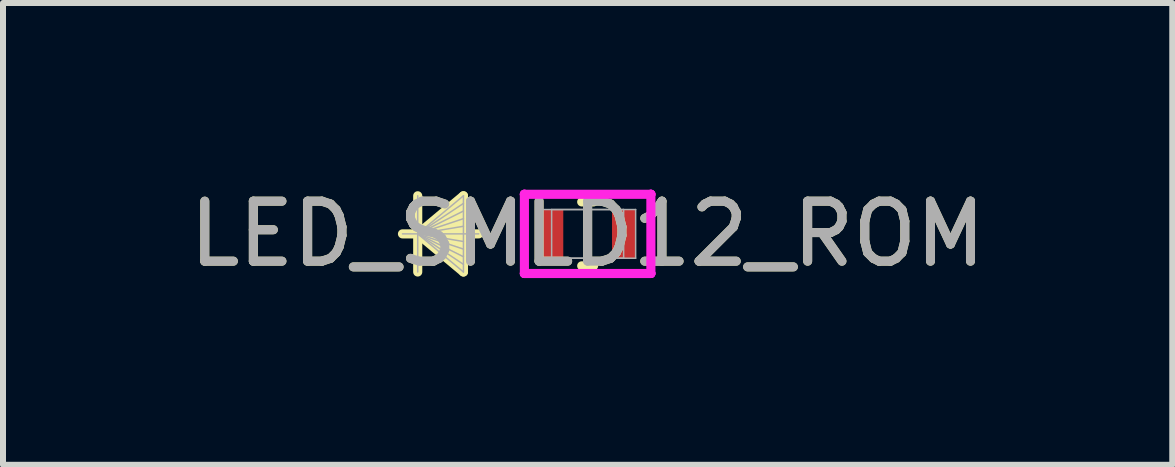
<source format=kicad_pcb>
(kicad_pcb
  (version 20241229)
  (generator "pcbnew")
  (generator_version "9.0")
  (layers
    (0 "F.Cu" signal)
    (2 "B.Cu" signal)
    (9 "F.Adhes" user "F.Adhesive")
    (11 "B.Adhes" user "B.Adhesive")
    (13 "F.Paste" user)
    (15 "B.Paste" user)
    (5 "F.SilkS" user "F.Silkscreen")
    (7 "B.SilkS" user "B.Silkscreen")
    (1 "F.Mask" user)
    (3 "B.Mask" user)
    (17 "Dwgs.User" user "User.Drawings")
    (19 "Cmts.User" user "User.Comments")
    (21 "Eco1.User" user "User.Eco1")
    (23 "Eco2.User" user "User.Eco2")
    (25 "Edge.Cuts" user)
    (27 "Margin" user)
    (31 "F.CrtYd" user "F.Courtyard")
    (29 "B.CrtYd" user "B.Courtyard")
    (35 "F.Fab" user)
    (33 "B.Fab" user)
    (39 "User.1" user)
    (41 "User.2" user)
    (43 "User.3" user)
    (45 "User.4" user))
  (footprint "LED_SMLD12_ROM"
    (layer "F.Cu")
    (at 6.744 0.848)
    (property "Reference" "LED_SMLD12_ROM" (at 0 0 0) (unlocked yes) (layer "F.SilkS") (effects (font (size 1 1) (thickness 0.15))))
    (attr smd)
    (fp_line (start -2.832 -0.635) (end -2.832 0.635) (stroke (width 0.152) (type solid)) (layer "F.SilkS"))
    (fp_line (start -2.832 0) (end -2.07 -0.635) (stroke (width 0.152) (type solid)) (layer "F.SilkS"))
    (fp_line (start -2.832 0) (end -2.07 -0.508) (stroke (width 0.152) (type solid)) (layer "F.SilkS"))
    (fp_line (start -2.832 0) (end -2.07 -0.381) (stroke (width 0.152) (type solid)) (layer "F.SilkS"))
    (fp_line (start -2.832 0) (end -2.07 -0.254) (stroke (width 0.152) (type solid)) (layer "F.SilkS"))
    (fp_line (start -2.832 0) (end -2.07 -0.127) (stroke (width 0.152) (type solid)) (layer "F.SilkS"))
    (fp_line (start -2.832 0) (end -2.07 0.127) (stroke (width 0.152) (type solid)) (layer "F.SilkS"))
    (fp_line (start -2.832 0) (end -2.07 0.254) (stroke (width 0.152) (type solid)) (layer "F.SilkS"))
    (fp_line (start -2.832 0) (end -2.07 0.381) (stroke (width 0.152) (type solid)) (layer "F.SilkS"))
    (fp_line (start -2.832 0) (end -2.07 0.508) (stroke (width 0.152) (type solid)) (layer "F.SilkS"))
    (fp_line (start -2.832 0) (end -2.07 0.635) (stroke (width 0.152) (type solid)) (layer "F.SilkS"))
    (fp_line (start -2.07 -0.635) (end -2.07 0.635) (stroke (width 0.152) (type solid)) (layer "F.SilkS"))
    (fp_line (start -1.816 0) (end -3.086 0) (stroke (width 0.152) (type solid)) (layer "F.SilkS"))
    (fp_line (start -0.099 0.533) (end 0.099 0.533) (stroke (width 0.152) (type solid)) (layer "F.SilkS"))
    (fp_line (start 0.099 -0.533) (end -0.099 -0.533) (stroke (width 0.152) (type solid)) (layer "F.SilkS"))
    (fp_line (start -1.054 -0.66) (end -1.054 -0.66) (stroke (width 0.152) (type solid)) (layer "F.CrtYd"))
    (fp_line (start -1.054 -0.66) (end -1.054 -0.66) (stroke (width 0.152) (type solid)) (layer "F.CrtYd"))
    (fp_line (start -1.054 -0.66) (end 1.054 -0.66) (stroke (width 0.152) (type solid)) (layer "F.CrtYd"))
    (fp_line (start -1.054 0.66) (end -1.054 -0.66) (stroke (width 0.152) (type solid)) (layer "F.CrtYd"))
    (fp_line (start -1.054 0.66) (end -1.054 0.66) (stroke (width 0.152) (type solid)) (layer "F.CrtYd"))
    (fp_line (start -1.054 0.66) (end -1.054 0.66) (stroke (width 0.152) (type solid)) (layer "F.CrtYd"))
    (fp_line (start 1.054 -0.66) (end 1.054 -0.66) (stroke (width 0.152) (type solid)) (layer "F.CrtYd"))
    (fp_line (start 1.054 -0.66) (end 1.054 -0.66) (stroke (width 0.152) (type solid)) (layer "F.CrtYd"))
    (fp_line (start 1.054 -0.66) (end 1.054 0.66) (stroke (width 0.152) (type solid)) (layer "F.CrtYd"))
    (fp_line (start 1.054 0.66) (end -1.054 0.66) (stroke (width 0.152) (type solid)) (layer "F.CrtYd"))
    (fp_line (start 1.054 0.66) (end 1.054 0.66) (stroke (width 0.152) (type solid)) (layer "F.CrtYd"))
    (fp_line (start 1.054 0.66) (end 1.054 0.66) (stroke (width 0.152) (type solid)) (layer "F.CrtYd"))
    (fp_line (start -2.832 -0.635) (end -2.832 0.635) (stroke (width 0.025) (type solid)) (layer "F.Fab"))
    (fp_line (start -2.832 0) (end -2.07 -0.635) (stroke (width 0.025) (type solid)) (layer "F.Fab"))
    (fp_line (start -2.832 0) (end -2.07 -0.508) (stroke (width 0.025) (type solid)) (layer "F.Fab"))
    (fp_line (start -2.832 0) (end -2.07 -0.381) (stroke (width 0.025) (type solid)) (layer "F.Fab"))
    (fp_line (start -2.832 0) (end -2.07 -0.254) (stroke (width 0.025) (type solid)) (layer "F.Fab"))
    (fp_line (start -2.832 0) (end -2.07 -0.127) (stroke (width 0.025) (type solid)) (layer "F.Fab"))
    (fp_line (start -2.832 0) (end -2.07 0.127) (stroke (width 0.025) (type solid)) (layer "F.Fab"))
    (fp_line (start -2.832 0) (end -2.07 0.254) (stroke (width 0.025) (type solid)) (layer "F.Fab"))
    (fp_line (start -2.832 0) (end -2.07 0.381) (stroke (width 0.025) (type solid)) (layer "F.Fab"))
    (fp_line (start -2.832 0) (end -2.07 0.508) (stroke (width 0.025) (type solid)) (layer "F.Fab"))
    (fp_line (start -2.832 0) (end -2.07 0.635) (stroke (width 0.025) (type solid)) (layer "F.Fab"))
    (fp_line (start -2.07 -0.635) (end -2.07 0.635) (stroke (width 0.025) (type solid)) (layer "F.Fab"))
    (fp_line (start -1.816 0) (end -3.086 0) (stroke (width 0.025) (type solid)) (layer "F.Fab"))
    (fp_line (start -0.8 -0.406) (end -0.8 0.406) (stroke (width 0.025) (type solid)) (layer "F.Fab"))
    (fp_line (start -0.8 0.406) (end 0.8 0.406) (stroke (width 0.025) (type solid)) (layer "F.Fab"))
    (fp_line (start -0.6 -0.406) (end -0.6 0.406) (stroke (width 0.025) (type solid)) (layer "F.Fab"))
    (fp_line (start -0.6 0.406) (end 0.6 0.406) (stroke (width 0.025) (type solid)) (layer "F.Fab"))
    (fp_line (start 0.6 -0.406) (end -0.6 -0.406) (stroke (width 0.025) (type solid)) (layer "F.Fab"))
    (fp_line (start 0.6 0.406) (end 0.6 -0.406) (stroke (width 0.025) (type solid)) (layer "F.Fab"))
    (fp_line (start 0.8 -0.406) (end -0.8 -0.406) (stroke (width 0.025) (type solid)) (layer "F.Fab"))
    (fp_line (start 0.8 0.406) (end 0.8 -0.406) (stroke (width 0.025) (type solid)) (layer "F.Fab"))
    (fp_text user "${REFERENCE}" (at 0 0 0) (unlocked yes) (layer "F.Fab") (effects (font (size 1 1) (thickness 0.15))))
    (pad "1" smd rect (at -0.603 0) (size 0.394 0.813) (layers "F.Cu" "F.Mask" "F.Paste"))
    (pad "2" smd rect (at 0.603 0) (size 0.394 0.813) (layers "F.Cu" "F.Mask" "F.Paste"))
    (zone (net_name "") (layer "F.Cu") (hatch full 0.508) (connect_pads) (min_thickness 0.254) (filled_areas_thickness no) (keepout (tracks not_allowed) (vias not_allowed) (pads allowed) (copperpour not_allowed) (footprints allowed)) (placement (enabled no)) (fill) (polygon (pts (xy 6.388 0.493) (xy 7.1 0.493) (xy 7.1 1.204) (xy 6.388 1.204)))))
  (gr_rect
    (start -3 -3)
    (end 16.488 4.697)
    (stroke (width 0.1) (type default))
    (fill no)
    (layer "Edge.Cuts")))
</source>
